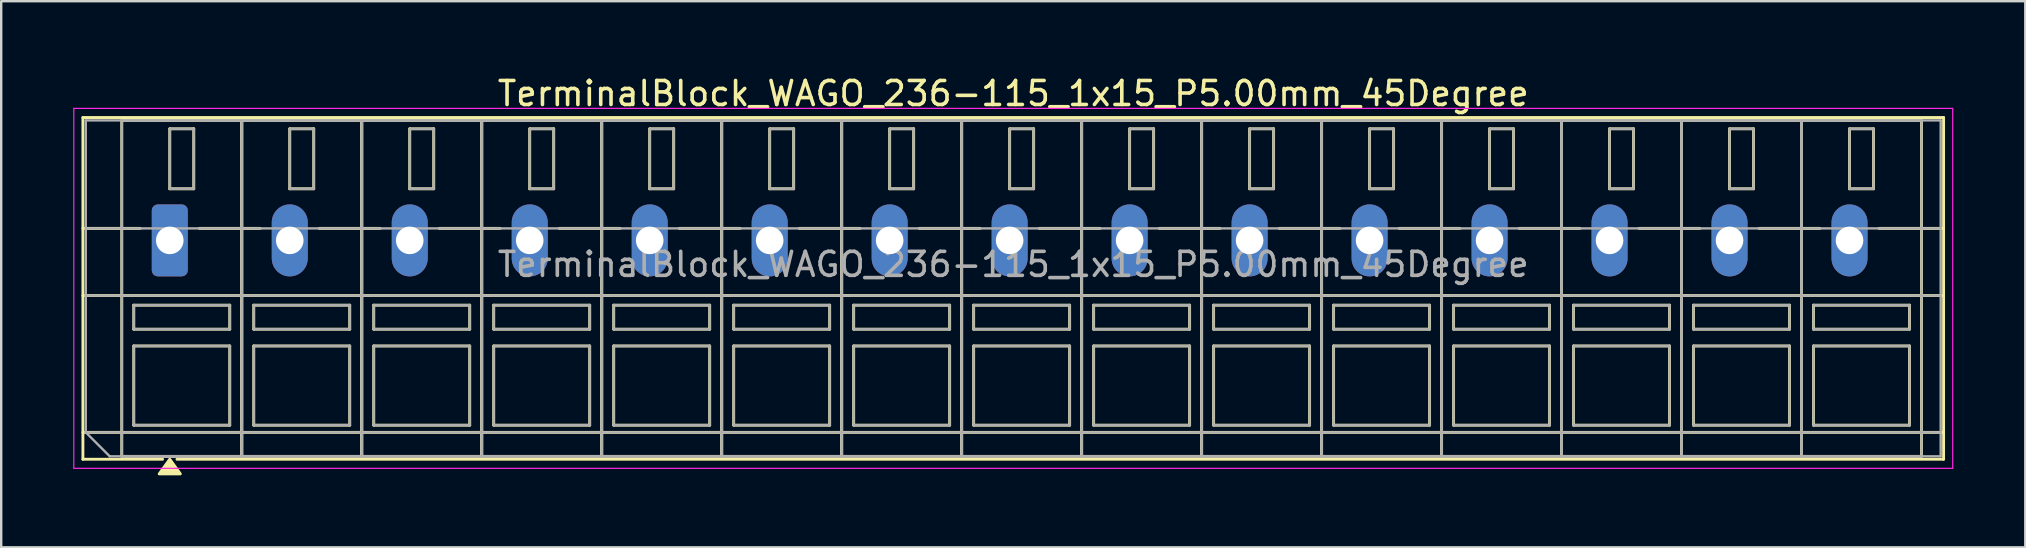
<source format=kicad_pcb>
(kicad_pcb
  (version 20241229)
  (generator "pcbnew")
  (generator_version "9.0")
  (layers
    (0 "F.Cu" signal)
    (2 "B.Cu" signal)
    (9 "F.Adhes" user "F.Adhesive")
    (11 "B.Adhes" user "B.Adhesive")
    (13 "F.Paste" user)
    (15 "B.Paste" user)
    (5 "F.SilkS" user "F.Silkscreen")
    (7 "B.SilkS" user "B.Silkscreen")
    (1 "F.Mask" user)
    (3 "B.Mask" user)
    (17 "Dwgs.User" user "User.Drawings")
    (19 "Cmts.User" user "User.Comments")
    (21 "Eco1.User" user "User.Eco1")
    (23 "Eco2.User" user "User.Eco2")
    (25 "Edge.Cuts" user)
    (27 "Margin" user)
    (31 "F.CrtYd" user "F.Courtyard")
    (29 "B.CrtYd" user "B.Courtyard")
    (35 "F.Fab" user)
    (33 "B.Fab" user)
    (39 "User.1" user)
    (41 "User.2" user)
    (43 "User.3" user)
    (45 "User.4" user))
  (footprint "TerminalBlock_WAGO_236-115_1x15_P5.00mm_45Degree"
    (layer "F.Cu")
    (at 4.025 6.968)
    (property "Reference" "TerminalBlock_WAGO_236-115_1x15_P5.00mm_45Degree" (at 35.15 -6.12 0) (layer "F.SilkS") (effects (font (size 1 1) (thickness 0.15))))
    (attr through_hole)
    (fp_line (start -3.62 -5.12) (end -3.62 9.12) (stroke (width 0.12) (type solid)) (layer "F.SilkS"))
    (fp_line (start -3.62 -5.12) (end 73.92 -5.12) (stroke (width 0.12) (type solid)) (layer "F.SilkS"))
    (fp_line (start -3.62 -0.5) (end -1.23 -0.5) (stroke (width 0.12) (type solid)) (layer "F.SilkS"))
    (fp_line (start -3.62 2.3) (end 73.92 2.3) (stroke (width 0.12) (type solid)) (layer "F.SilkS"))
    (fp_line (start -3.62 8) (end 73.92 8) (stroke (width 0.12) (type solid)) (layer "F.SilkS"))
    (fp_line (start -3.62 9.12) (end -0.3 9.12) (stroke (width 0.12) (type solid)) (layer "F.SilkS"))
    (fp_line (start -2 -5) (end -2 9) (stroke (width 0.12) (type solid)) (layer "F.SilkS"))
    (fp_line (start -2 -5) (end 3 -5) (stroke (width 0.12) (type solid)) (layer "F.SilkS"))
    (fp_line (start -2 9) (end 3 9) (stroke (width 0.12) (type solid)) (layer "F.SilkS"))
    (fp_line (start -1.5 2.7) (end -1.5 3.7) (stroke (width 0.12) (type solid)) (layer "F.SilkS"))
    (fp_line (start -1.5 2.7) (end 2.5 2.7) (stroke (width 0.12) (type solid)) (layer "F.SilkS"))
    (fp_line (start -1.5 3.7) (end 2.5 3.7) (stroke (width 0.12) (type solid)) (layer "F.SilkS"))
    (fp_line (start -1.5 4.4) (end -1.5 7.7) (stroke (width 0.12) (type solid)) (layer "F.SilkS"))
    (fp_line (start -1.5 4.4) (end 2.5 4.4) (stroke (width 0.12) (type solid)) (layer "F.SilkS"))
    (fp_line (start -1.5 7.7) (end 2.5 7.7) (stroke (width 0.12) (type solid)) (layer "F.SilkS"))
    (fp_line (start 0 -4.65) (end 0 -2.15) (stroke (width 0.12) (type solid)) (layer "F.SilkS"))
    (fp_line (start 0 -4.65) (end 1 -4.65) (stroke (width 0.12) (type solid)) (layer "F.SilkS"))
    (fp_line (start 0 -2.15) (end 1 -2.15) (stroke (width 0.12) (type solid)) (layer "F.SilkS"))
    (fp_line (start 0.3 9.12) (end 73.92 9.12) (stroke (width 0.12) (type solid)) (layer "F.SilkS"))
    (fp_line (start 1 -4.65) (end 1 -2.15) (stroke (width 0.12) (type solid)) (layer "F.SilkS"))
    (fp_line (start 1.23 -0.5) (end 3.77 -0.5) (stroke (width 0.12) (type solid)) (layer "F.SilkS"))
    (fp_line (start 2.5 2.7) (end 2.5 3.7) (stroke (width 0.12) (type solid)) (layer "F.SilkS"))
    (fp_line (start 2.5 4.4) (end 2.5 7.7) (stroke (width 0.12) (type solid)) (layer "F.SilkS"))
    (fp_line (start 3 -5) (end 3 9) (stroke (width 0.12) (type solid)) (layer "F.SilkS"))
    (fp_line (start 3 -5) (end 3 9) (stroke (width 0.12) (type solid)) (layer "F.SilkS"))
    (fp_line (start 3 -5) (end 8 -5) (stroke (width 0.12) (type solid)) (layer "F.SilkS"))
    (fp_line (start 3 9) (end 8 9) (stroke (width 0.12) (type solid)) (layer "F.SilkS"))
    (fp_line (start 3.5 2.7) (end 3.5 3.7) (stroke (width 0.12) (type solid)) (layer "F.SilkS"))
    (fp_line (start 3.5 2.7) (end 7.5 2.7) (stroke (width 0.12) (type solid)) (layer "F.SilkS"))
    (fp_line (start 3.5 3.7) (end 7.5 3.7) (stroke (width 0.12) (type solid)) (layer "F.SilkS"))
    (fp_line (start 3.5 4.4) (end 3.5 7.7) (stroke (width 0.12) (type solid)) (layer "F.SilkS"))
    (fp_line (start 3.5 4.4) (end 7.5 4.4) (stroke (width 0.12) (type solid)) (layer "F.SilkS"))
    (fp_line (start 3.5 7.7) (end 7.5 7.7) (stroke (width 0.12) (type solid)) (layer "F.SilkS"))
    (fp_line (start 5 -4.65) (end 5 -2.15) (stroke (width 0.12) (type solid)) (layer "F.SilkS"))
    (fp_line (start 5 -4.65) (end 6 -4.65) (stroke (width 0.12) (type solid)) (layer "F.SilkS"))
    (fp_line (start 5 -2.15) (end 6 -2.15) (stroke (width 0.12) (type solid)) (layer "F.SilkS"))
    (fp_line (start 6 -4.65) (end 6 -2.15) (stroke (width 0.12) (type solid)) (layer "F.SilkS"))
    (fp_line (start 6.23 -0.5) (end 8.77 -0.5) (stroke (width 0.12) (type solid)) (layer "F.SilkS"))
    (fp_line (start 7.5 2.7) (end 7.5 3.7) (stroke (width 0.12) (type solid)) (layer "F.SilkS"))
    (fp_line (start 7.5 4.4) (end 7.5 7.7) (stroke (width 0.12) (type solid)) (layer "F.SilkS"))
    (fp_line (start 8 -5) (end 8 9) (stroke (width 0.12) (type solid)) (layer "F.SilkS"))
    (fp_line (start 8 -5) (end 8 9) (stroke (width 0.12) (type solid)) (layer "F.SilkS"))
    (fp_line (start 8 -5) (end 13 -5) (stroke (width 0.12) (type solid)) (layer "F.SilkS"))
    (fp_line (start 8 9) (end 13 9) (stroke (width 0.12) (type solid)) (layer "F.SilkS"))
    (fp_line (start 8.5 2.7) (end 8.5 3.7) (stroke (width 0.12) (type solid)) (layer "F.SilkS"))
    (fp_line (start 8.5 2.7) (end 12.5 2.7) (stroke (width 0.12) (type solid)) (layer "F.SilkS"))
    (fp_line (start 8.5 3.7) (end 12.5 3.7) (stroke (width 0.12) (type solid)) (layer "F.SilkS"))
    (fp_line (start 8.5 4.4) (end 8.5 7.7) (stroke (width 0.12) (type solid)) (layer "F.SilkS"))
    (fp_line (start 8.5 4.4) (end 12.5 4.4) (stroke (width 0.12) (type solid)) (layer "F.SilkS"))
    (fp_line (start 8.5 7.7) (end 12.5 7.7) (stroke (width 0.12) (type solid)) (layer "F.SilkS"))
    (fp_line (start 10 -4.65) (end 10 -2.15) (stroke (width 0.12) (type solid)) (layer "F.SilkS"))
    (fp_line (start 10 -4.65) (end 11 -4.65) (stroke (width 0.12) (type solid)) (layer "F.SilkS"))
    (fp_line (start 10 -2.15) (end 11 -2.15) (stroke (width 0.12) (type solid)) (layer "F.SilkS"))
    (fp_line (start 11 -4.65) (end 11 -2.15) (stroke (width 0.12) (type solid)) (layer "F.SilkS"))
    (fp_line (start 11.23 -0.5) (end 13.77 -0.5) (stroke (width 0.12) (type solid)) (layer "F.SilkS"))
    (fp_line (start 12.5 2.7) (end 12.5 3.7) (stroke (width 0.12) (type solid)) (layer "F.SilkS"))
    (fp_line (start 12.5 4.4) (end 12.5 7.7) (stroke (width 0.12) (type solid)) (layer "F.SilkS"))
    (fp_line (start 13 -5) (end 13 9) (stroke (width 0.12) (type solid)) (layer "F.SilkS"))
    (fp_line (start 13 -5) (end 13 9) (stroke (width 0.12) (type solid)) (layer "F.SilkS"))
    (fp_line (start 13 -5) (end 18 -5) (stroke (width 0.12) (type solid)) (layer "F.SilkS"))
    (fp_line (start 13 9) (end 18 9) (stroke (width 0.12) (type solid)) (layer "F.SilkS"))
    (fp_line (start 13.5 2.7) (end 13.5 3.7) (stroke (width 0.12) (type solid)) (layer "F.SilkS"))
    (fp_line (start 13.5 2.7) (end 17.5 2.7) (stroke (width 0.12) (type solid)) (layer "F.SilkS"))
    (fp_line (start 13.5 3.7) (end 17.5 3.7) (stroke (width 0.12) (type solid)) (layer "F.SilkS"))
    (fp_line (start 13.5 4.4) (end 13.5 7.7) (stroke (width 0.12) (type solid)) (layer "F.SilkS"))
    (fp_line (start 13.5 4.4) (end 17.5 4.4) (stroke (width 0.12) (type solid)) (layer "F.SilkS"))
    (fp_line (start 13.5 7.7) (end 17.5 7.7) (stroke (width 0.12) (type solid)) (layer "F.SilkS"))
    (fp_line (start 15 -4.65) (end 15 -2.15) (stroke (width 0.12) (type solid)) (layer "F.SilkS"))
    (fp_line (start 15 -4.65) (end 16 -4.65) (stroke (width 0.12) (type solid)) (layer "F.SilkS"))
    (fp_line (start 15 -2.15) (end 16 -2.15) (stroke (width 0.12) (type solid)) (layer "F.SilkS"))
    (fp_line (start 16 -4.65) (end 16 -2.15) (stroke (width 0.12) (type solid)) (layer "F.SilkS"))
    (fp_line (start 16.23 -0.5) (end 18.77 -0.5) (stroke (width 0.12) (type solid)) (layer "F.SilkS"))
    (fp_line (start 17.5 2.7) (end 17.5 3.7) (stroke (width 0.12) (type solid)) (layer "F.SilkS"))
    (fp_line (start 17.5 4.4) (end 17.5 7.7) (stroke (width 0.12) (type solid)) (layer "F.SilkS"))
    (fp_line (start 18 -5) (end 18 9) (stroke (width 0.12) (type solid)) (layer "F.SilkS"))
    (fp_line (start 18 -5) (end 18 9) (stroke (width 0.12) (type solid)) (layer "F.SilkS"))
    (fp_line (start 18 -5) (end 23 -5) (stroke (width 0.12) (type solid)) (layer "F.SilkS"))
    (fp_line (start 18 9) (end 23 9) (stroke (width 0.12) (type solid)) (layer "F.SilkS"))
    (fp_line (start 18.5 2.7) (end 18.5 3.7) (stroke (width 0.12) (type solid)) (layer "F.SilkS"))
    (fp_line (start 18.5 2.7) (end 22.5 2.7) (stroke (width 0.12) (type solid)) (layer "F.SilkS"))
    (fp_line (start 18.5 3.7) (end 22.5 3.7) (stroke (width 0.12) (type solid)) (layer "F.SilkS"))
    (fp_line (start 18.5 4.4) (end 18.5 7.7) (stroke (width 0.12) (type solid)) (layer "F.SilkS"))
    (fp_line (start 18.5 4.4) (end 22.5 4.4) (stroke (width 0.12) (type solid)) (layer "F.SilkS"))
    (fp_line (start 18.5 7.7) (end 22.5 7.7) (stroke (width 0.12) (type solid)) (layer "F.SilkS"))
    (fp_line (start 20 -4.65) (end 20 -2.15) (stroke (width 0.12) (type solid)) (layer "F.SilkS"))
    (fp_line (start 20 -4.65) (end 21 -4.65) (stroke (width 0.12) (type solid)) (layer "F.SilkS"))
    (fp_line (start 20 -2.15) (end 21 -2.15) (stroke (width 0.12) (type solid)) (layer "F.SilkS"))
    (fp_line (start 21 -4.65) (end 21 -2.15) (stroke (width 0.12) (type solid)) (layer "F.SilkS"))
    (fp_line (start 21.23 -0.5) (end 23.77 -0.5) (stroke (width 0.12) (type solid)) (layer "F.SilkS"))
    (fp_line (start 22.5 2.7) (end 22.5 3.7) (stroke (width 0.12) (type solid)) (layer "F.SilkS"))
    (fp_line (start 22.5 4.4) (end 22.5 7.7) (stroke (width 0.12) (type solid)) (layer "F.SilkS"))
    (fp_line (start 23 -5) (end 23 9) (stroke (width 0.12) (type solid)) (layer "F.SilkS"))
    (fp_line (start 23 -5) (end 23 9) (stroke (width 0.12) (type solid)) (layer "F.SilkS"))
    (fp_line (start 23 -5) (end 28 -5) (stroke (width 0.12) (type solid)) (layer "F.SilkS"))
    (fp_line (start 23 9) (end 28 9) (stroke (width 0.12) (type solid)) (layer "F.SilkS"))
    (fp_line (start 23.5 2.7) (end 23.5 3.7) (stroke (width 0.12) (type solid)) (layer "F.SilkS"))
    (fp_line (start 23.5 2.7) (end 27.5 2.7) (stroke (width 0.12) (type solid)) (layer "F.SilkS"))
    (fp_line (start 23.5 3.7) (end 27.5 3.7) (stroke (width 0.12) (type solid)) (layer "F.SilkS"))
    (fp_line (start 23.5 4.4) (end 23.5 7.7) (stroke (width 0.12) (type solid)) (layer "F.SilkS"))
    (fp_line (start 23.5 4.4) (end 27.5 4.4) (stroke (width 0.12) (type solid)) (layer "F.SilkS"))
    (fp_line (start 23.5 7.7) (end 27.5 7.7) (stroke (width 0.12) (type solid)) (layer "F.SilkS"))
    (fp_line (start 25 -4.65) (end 25 -2.15) (stroke (width 0.12) (type solid)) (layer "F.SilkS"))
    (fp_line (start 25 -4.65) (end 26 -4.65) (stroke (width 0.12) (type solid)) (layer "F.SilkS"))
    (fp_line (start 25 -2.15) (end 26 -2.15) (stroke (width 0.12) (type solid)) (layer "F.SilkS"))
    (fp_line (start 26 -4.65) (end 26 -2.15) (stroke (width 0.12) (type solid)) (layer "F.SilkS"))
    (fp_line (start 26.23 -0.5) (end 28.77 -0.5) (stroke (width 0.12) (type solid)) (layer "F.SilkS"))
    (fp_line (start 27.5 2.7) (end 27.5 3.7) (stroke (width 0.12) (type solid)) (layer "F.SilkS"))
    (fp_line (start 27.5 4.4) (end 27.5 7.7) (stroke (width 0.12) (type solid)) (layer "F.SilkS"))
    (fp_line (start 28 -5) (end 28 9) (stroke (width 0.12) (type solid)) (layer "F.SilkS"))
    (fp_line (start 28 -5) (end 28 9) (stroke (width 0.12) (type solid)) (layer "F.SilkS"))
    (fp_line (start 28 -5) (end 33 -5) (stroke (width 0.12) (type solid)) (layer "F.SilkS"))
    (fp_line (start 28 9) (end 33 9) (stroke (width 0.12) (type solid)) (layer "F.SilkS"))
    (fp_line (start 28.5 2.7) (end 28.5 3.7) (stroke (width 0.12) (type solid)) (layer "F.SilkS"))
    (fp_line (start 28.5 2.7) (end 32.5 2.7) (stroke (width 0.12) (type solid)) (layer "F.SilkS"))
    (fp_line (start 28.5 3.7) (end 32.5 3.7) (stroke (width 0.12) (type solid)) (layer "F.SilkS"))
    (fp_line (start 28.5 4.4) (end 28.5 7.7) (stroke (width 0.12) (type solid)) (layer "F.SilkS"))
    (fp_line (start 28.5 4.4) (end 32.5 4.4) (stroke (width 0.12) (type solid)) (layer "F.SilkS"))
    (fp_line (start 28.5 7.7) (end 32.5 7.7) (stroke (width 0.12) (type solid)) (layer "F.SilkS"))
    (fp_line (start 30 -4.65) (end 30 -2.15) (stroke (width 0.12) (type solid)) (layer "F.SilkS"))
    (fp_line (start 30 -4.65) (end 31 -4.65) (stroke (width 0.12) (type solid)) (layer "F.SilkS"))
    (fp_line (start 30 -2.15) (end 31 -2.15) (stroke (width 0.12) (type solid)) (layer "F.SilkS"))
    (fp_line (start 31 -4.65) (end 31 -2.15) (stroke (width 0.12) (type solid)) (layer "F.SilkS"))
    (fp_line (start 31.23 -0.5) (end 33.77 -0.5) (stroke (width 0.12) (type solid)) (layer "F.SilkS"))
    (fp_line (start 32.5 2.7) (end 32.5 3.7) (stroke (width 0.12) (type solid)) (layer "F.SilkS"))
    (fp_line (start 32.5 4.4) (end 32.5 7.7) (stroke (width 0.12) (type solid)) (layer "F.SilkS"))
    (fp_line (start 33 -5) (end 33 9) (stroke (width 0.12) (type solid)) (layer "F.SilkS"))
    (fp_line (start 33 -5) (end 33 9) (stroke (width 0.12) (type solid)) (layer "F.SilkS"))
    (fp_line (start 33 -5) (end 38 -5) (stroke (width 0.12) (type solid)) (layer "F.SilkS"))
    (fp_line (start 33 9) (end 38 9) (stroke (width 0.12) (type solid)) (layer "F.SilkS"))
    (fp_line (start 33.5 2.7) (end 33.5 3.7) (stroke (width 0.12) (type solid)) (layer "F.SilkS"))
    (fp_line (start 33.5 2.7) (end 37.5 2.7) (stroke (width 0.12) (type solid)) (layer "F.SilkS"))
    (fp_line (start 33.5 3.7) (end 37.5 3.7) (stroke (width 0.12) (type solid)) (layer "F.SilkS"))
    (fp_line (start 33.5 4.4) (end 33.5 7.7) (stroke (width 0.12) (type solid)) (layer "F.SilkS"))
    (fp_line (start 33.5 4.4) (end 37.5 4.4) (stroke (width 0.12) (type solid)) (layer "F.SilkS"))
    (fp_line (start 33.5 7.7) (end 37.5 7.7) (stroke (width 0.12) (type solid)) (layer "F.SilkS"))
    (fp_line (start 35 -4.65) (end 35 -2.15) (stroke (width 0.12) (type solid)) (layer "F.SilkS"))
    (fp_line (start 35 -4.65) (end 36 -4.65) (stroke (width 0.12) (type solid)) (layer "F.SilkS"))
    (fp_line (start 35 -2.15) (end 36 -2.15) (stroke (width 0.12) (type solid)) (layer "F.SilkS"))
    (fp_line (start 36 -4.65) (end 36 -2.15) (stroke (width 0.12) (type solid)) (layer "F.SilkS"))
    (fp_line (start 36.23 -0.5) (end 38.77 -0.5) (stroke (width 0.12) (type solid)) (layer "F.SilkS"))
    (fp_line (start 37.5 2.7) (end 37.5 3.7) (stroke (width 0.12) (type solid)) (layer "F.SilkS"))
    (fp_line (start 37.5 4.4) (end 37.5 7.7) (stroke (width 0.12) (type solid)) (layer "F.SilkS"))
    (fp_line (start 38 -5) (end 38 9) (stroke (width 0.12) (type solid)) (layer "F.SilkS"))
    (fp_line (start 38 -5) (end 38 9) (stroke (width 0.12) (type solid)) (layer "F.SilkS"))
    (fp_line (start 38 -5) (end 43 -5) (stroke (width 0.12) (type solid)) (layer "F.SilkS"))
    (fp_line (start 38 9) (end 43 9) (stroke (width 0.12) (type solid)) (layer "F.SilkS"))
    (fp_line (start 38.5 2.7) (end 38.5 3.7) (stroke (width 0.12) (type solid)) (layer "F.SilkS"))
    (fp_line (start 38.5 2.7) (end 42.5 2.7) (stroke (width 0.12) (type solid)) (layer "F.SilkS"))
    (fp_line (start 38.5 3.7) (end 42.5 3.7) (stroke (width 0.12) (type solid)) (layer "F.SilkS"))
    (fp_line (start 38.5 4.4) (end 38.5 7.7) (stroke (width 0.12) (type solid)) (layer "F.SilkS"))
    (fp_line (start 38.5 4.4) (end 42.5 4.4) (stroke (width 0.12) (type solid)) (layer "F.SilkS"))
    (fp_line (start 38.5 7.7) (end 42.5 7.7) (stroke (width 0.12) (type solid)) (layer "F.SilkS"))
    (fp_line (start 40 -4.65) (end 40 -2.15) (stroke (width 0.12) (type solid)) (layer "F.SilkS"))
    (fp_line (start 40 -4.65) (end 41 -4.65) (stroke (width 0.12) (type solid)) (layer "F.SilkS"))
    (fp_line (start 40 -2.15) (end 41 -2.15) (stroke (width 0.12) (type solid)) (layer "F.SilkS"))
    (fp_line (start 41 -4.65) (end 41 -2.15) (stroke (width 0.12) (type solid)) (layer "F.SilkS"))
    (fp_line (start 41.23 -0.5) (end 43.77 -0.5) (stroke (width 0.12) (type solid)) (layer "F.SilkS"))
    (fp_line (start 42.5 2.7) (end 42.5 3.7) (stroke (width 0.12) (type solid)) (layer "F.SilkS"))
    (fp_line (start 42.5 4.4) (end 42.5 7.7) (stroke (width 0.12) (type solid)) (layer "F.SilkS"))
    (fp_line (start 43 -5) (end 43 9) (stroke (width 0.12) (type solid)) (layer "F.SilkS"))
    (fp_line (start 43 -5) (end 43 9) (stroke (width 0.12) (type solid)) (layer "F.SilkS"))
    (fp_line (start 43 -5) (end 48 -5) (stroke (width 0.12) (type solid)) (layer "F.SilkS"))
    (fp_line (start 43 9) (end 48 9) (stroke (width 0.12) (type solid)) (layer "F.SilkS"))
    (fp_line (start 43.5 2.7) (end 43.5 3.7) (stroke (width 0.12) (type solid)) (layer "F.SilkS"))
    (fp_line (start 43.5 2.7) (end 47.5 2.7) (stroke (width 0.12) (type solid)) (layer "F.SilkS"))
    (fp_line (start 43.5 3.7) (end 47.5 3.7) (stroke (width 0.12) (type solid)) (layer "F.SilkS"))
    (fp_line (start 43.5 4.4) (end 43.5 7.7) (stroke (width 0.12) (type solid)) (layer "F.SilkS"))
    (fp_line (start 43.5 4.4) (end 47.5 4.4) (stroke (width 0.12) (type solid)) (layer "F.SilkS"))
    (fp_line (start 43.5 7.7) (end 47.5 7.7) (stroke (width 0.12) (type solid)) (layer "F.SilkS"))
    (fp_line (start 45 -4.65) (end 45 -2.15) (stroke (width 0.12) (type solid)) (layer "F.SilkS"))
    (fp_line (start 45 -4.65) (end 46 -4.65) (stroke (width 0.12) (type solid)) (layer "F.SilkS"))
    (fp_line (start 45 -2.15) (end 46 -2.15) (stroke (width 0.12) (type solid)) (layer "F.SilkS"))
    (fp_line (start 46 -4.65) (end 46 -2.15) (stroke (width 0.12) (type solid)) (layer "F.SilkS"))
    (fp_line (start 46.23 -0.5) (end 48.77 -0.5) (stroke (width 0.12) (type solid)) (layer "F.SilkS"))
    (fp_line (start 47.5 2.7) (end 47.5 3.7) (stroke (width 0.12) (type solid)) (layer "F.SilkS"))
    (fp_line (start 47.5 4.4) (end 47.5 7.7) (stroke (width 0.12) (type solid)) (layer "F.SilkS"))
    (fp_line (start 48 -5) (end 48 9) (stroke (width 0.12) (type solid)) (layer "F.SilkS"))
    (fp_line (start 48 -5) (end 48 9) (stroke (width 0.12) (type solid)) (layer "F.SilkS"))
    (fp_line (start 48 -5) (end 53 -5) (stroke (width 0.12) (type solid)) (layer "F.SilkS"))
    (fp_line (start 48 9) (end 53 9) (stroke (width 0.12) (type solid)) (layer "F.SilkS"))
    (fp_line (start 48.5 2.7) (end 48.5 3.7) (stroke (width 0.12) (type solid)) (layer "F.SilkS"))
    (fp_line (start 48.5 2.7) (end 52.5 2.7) (stroke (width 0.12) (type solid)) (layer "F.SilkS"))
    (fp_line (start 48.5 3.7) (end 52.5 3.7) (stroke (width 0.12) (type solid)) (layer "F.SilkS"))
    (fp_line (start 48.5 4.4) (end 48.5 7.7) (stroke (width 0.12) (type solid)) (layer "F.SilkS"))
    (fp_line (start 48.5 4.4) (end 52.5 4.4) (stroke (width 0.12) (type solid)) (layer "F.SilkS"))
    (fp_line (start 48.5 7.7) (end 52.5 7.7) (stroke (width 0.12) (type solid)) (layer "F.SilkS"))
    (fp_line (start 50 -4.65) (end 50 -2.15) (stroke (width 0.12) (type solid)) (layer "F.SilkS"))
    (fp_line (start 50 -4.65) (end 51 -4.65) (stroke (width 0.12) (type solid)) (layer "F.SilkS"))
    (fp_line (start 50 -2.15) (end 51 -2.15) (stroke (width 0.12) (type solid)) (layer "F.SilkS"))
    (fp_line (start 51 -4.65) (end 51 -2.15) (stroke (width 0.12) (type solid)) (layer "F.SilkS"))
    (fp_line (start 51.23 -0.5) (end 53.77 -0.5) (stroke (width 0.12) (type solid)) (layer "F.SilkS"))
    (fp_line (start 52.5 2.7) (end 52.5 3.7) (stroke (width 0.12) (type solid)) (layer "F.SilkS"))
    (fp_line (start 52.5 4.4) (end 52.5 7.7) (stroke (width 0.12) (type solid)) (layer "F.SilkS"))
    (fp_line (start 53 -5) (end 53 9) (stroke (width 0.12) (type solid)) (layer "F.SilkS"))
    (fp_line (start 53 -5) (end 53 9) (stroke (width 0.12) (type solid)) (layer "F.SilkS"))
    (fp_line (start 53 -5) (end 58 -5) (stroke (width 0.12) (type solid)) (layer "F.SilkS"))
    (fp_line (start 53 9) (end 58 9) (stroke (width 0.12) (type solid)) (layer "F.SilkS"))
    (fp_line (start 53.5 2.7) (end 53.5 3.7) (stroke (width 0.12) (type solid)) (layer "F.SilkS"))
    (fp_line (start 53.5 2.7) (end 57.5 2.7) (stroke (width 0.12) (type solid)) (layer "F.SilkS"))
    (fp_line (start 53.5 3.7) (end 57.5 3.7) (stroke (width 0.12) (type solid)) (layer "F.SilkS"))
    (fp_line (start 53.5 4.4) (end 53.5 7.7) (stroke (width 0.12) (type solid)) (layer "F.SilkS"))
    (fp_line (start 53.5 4.4) (end 57.5 4.4) (stroke (width 0.12) (type solid)) (layer "F.SilkS"))
    (fp_line (start 53.5 7.7) (end 57.5 7.7) (stroke (width 0.12) (type solid)) (layer "F.SilkS"))
    (fp_line (start 55 -4.65) (end 55 -2.15) (stroke (width 0.12) (type solid)) (layer "F.SilkS"))
    (fp_line (start 55 -4.65) (end 56 -4.65) (stroke (width 0.12) (type solid)) (layer "F.SilkS"))
    (fp_line (start 55 -2.15) (end 56 -2.15) (stroke (width 0.12) (type solid)) (layer "F.SilkS"))
    (fp_line (start 56 -4.65) (end 56 -2.15) (stroke (width 0.12) (type solid)) (layer "F.SilkS"))
    (fp_line (start 56.23 -0.5) (end 58.77 -0.5) (stroke (width 0.12) (type solid)) (layer "F.SilkS"))
    (fp_line (start 57.5 2.7) (end 57.5 3.7) (stroke (width 0.12) (type solid)) (layer "F.SilkS"))
    (fp_line (start 57.5 4.4) (end 57.5 7.7) (stroke (width 0.12) (type solid)) (layer "F.SilkS"))
    (fp_line (start 58 -5) (end 58 9) (stroke (width 0.12) (type solid)) (layer "F.SilkS"))
    (fp_line (start 58 -5) (end 58 9) (stroke (width 0.12) (type solid)) (layer "F.SilkS"))
    (fp_line (start 58 -5) (end 63 -5) (stroke (width 0.12) (type solid)) (layer "F.SilkS"))
    (fp_line (start 58 9) (end 63 9) (stroke (width 0.12) (type solid)) (layer "F.SilkS"))
    (fp_line (start 58.5 2.7) (end 58.5 3.7) (stroke (width 0.12) (type solid)) (layer "F.SilkS"))
    (fp_line (start 58.5 2.7) (end 62.5 2.7) (stroke (width 0.12) (type solid)) (layer "F.SilkS"))
    (fp_line (start 58.5 3.7) (end 62.5 3.7) (stroke (width 0.12) (type solid)) (layer "F.SilkS"))
    (fp_line (start 58.5 4.4) (end 58.5 7.7) (stroke (width 0.12) (type solid)) (layer "F.SilkS"))
    (fp_line (start 58.5 4.4) (end 62.5 4.4) (stroke (width 0.12) (type solid)) (layer "F.SilkS"))
    (fp_line (start 58.5 7.7) (end 62.5 7.7) (stroke (width 0.12) (type solid)) (layer "F.SilkS"))
    (fp_line (start 60 -4.65) (end 60 -2.15) (stroke (width 0.12) (type solid)) (layer "F.SilkS"))
    (fp_line (start 60 -4.65) (end 61 -4.65) (stroke (width 0.12) (type solid)) (layer "F.SilkS"))
    (fp_line (start 60 -2.15) (end 61 -2.15) (stroke (width 0.12) (type solid)) (layer "F.SilkS"))
    (fp_line (start 61 -4.65) (end 61 -2.15) (stroke (width 0.12) (type solid)) (layer "F.SilkS"))
    (fp_line (start 61.23 -0.5) (end 63.77 -0.5) (stroke (width 0.12) (type solid)) (layer "F.SilkS"))
    (fp_line (start 62.5 2.7) (end 62.5 3.7) (stroke (width 0.12) (type solid)) (layer "F.SilkS"))
    (fp_line (start 62.5 4.4) (end 62.5 7.7) (stroke (width 0.12) (type solid)) (layer "F.SilkS"))
    (fp_line (start 63 -5) (end 63 9) (stroke (width 0.12) (type solid)) (layer "F.SilkS"))
    (fp_line (start 63 -5) (end 63 9) (stroke (width 0.12) (type solid)) (layer "F.SilkS"))
    (fp_line (start 63 -5) (end 68 -5) (stroke (width 0.12) (type solid)) (layer "F.SilkS"))
    (fp_line (start 63 9) (end 68 9) (stroke (width 0.12) (type solid)) (layer "F.SilkS"))
    (fp_line (start 63.5 2.7) (end 63.5 3.7) (stroke (width 0.12) (type solid)) (layer "F.SilkS"))
    (fp_line (start 63.5 2.7) (end 67.5 2.7) (stroke (width 0.12) (type solid)) (layer "F.SilkS"))
    (fp_line (start 63.5 3.7) (end 67.5 3.7) (stroke (width 0.12) (type solid)) (layer "F.SilkS"))
    (fp_line (start 63.5 4.4) (end 63.5 7.7) (stroke (width 0.12) (type solid)) (layer "F.SilkS"))
    (fp_line (start 63.5 4.4) (end 67.5 4.4) (stroke (width 0.12) (type solid)) (layer "F.SilkS"))
    (fp_line (start 63.5 7.7) (end 67.5 7.7) (stroke (width 0.12) (type solid)) (layer "F.SilkS"))
    (fp_line (start 65 -4.65) (end 65 -2.15) (stroke (width 0.12) (type solid)) (layer "F.SilkS"))
    (fp_line (start 65 -4.65) (end 66 -4.65) (stroke (width 0.12) (type solid)) (layer "F.SilkS"))
    (fp_line (start 65 -2.15) (end 66 -2.15) (stroke (width 0.12) (type solid)) (layer "F.SilkS"))
    (fp_line (start 66 -4.65) (end 66 -2.15) (stroke (width 0.12) (type solid)) (layer "F.SilkS"))
    (fp_line (start 66.23 -0.5) (end 68.77 -0.5) (stroke (width 0.12) (type solid)) (layer "F.SilkS"))
    (fp_line (start 67.5 2.7) (end 67.5 3.7) (stroke (width 0.12) (type solid)) (layer "F.SilkS"))
    (fp_line (start 67.5 4.4) (end 67.5 7.7) (stroke (width 0.12) (type solid)) (layer "F.SilkS"))
    (fp_line (start 68 -5) (end 68 9) (stroke (width 0.12) (type solid)) (layer "F.SilkS"))
    (fp_line (start 68 -5) (end 68 9) (stroke (width 0.12) (type solid)) (layer "F.SilkS"))
    (fp_line (start 68 -5) (end 73 -5) (stroke (width 0.12) (type solid)) (layer "F.SilkS"))
    (fp_line (start 68 9) (end 73 9) (stroke (width 0.12) (type solid)) (layer "F.SilkS"))
    (fp_line (start 68.5 2.7) (end 68.5 3.7) (stroke (width 0.12) (type solid)) (layer "F.SilkS"))
    (fp_line (start 68.5 2.7) (end 72.5 2.7) (stroke (width 0.12) (type solid)) (layer "F.SilkS"))
    (fp_line (start 68.5 3.7) (end 72.5 3.7) (stroke (width 0.12) (type solid)) (layer "F.SilkS"))
    (fp_line (start 68.5 4.4) (end 68.5 7.7) (stroke (width 0.12) (type solid)) (layer "F.SilkS"))
    (fp_line (start 68.5 4.4) (end 72.5 4.4) (stroke (width 0.12) (type solid)) (layer "F.SilkS"))
    (fp_line (start 68.5 7.7) (end 72.5 7.7) (stroke (width 0.12) (type solid)) (layer "F.SilkS"))
    (fp_line (start 70 -4.65) (end 70 -2.15) (stroke (width 0.12) (type solid)) (layer "F.SilkS"))
    (fp_line (start 70 -4.65) (end 71 -4.65) (stroke (width 0.12) (type solid)) (layer "F.SilkS"))
    (fp_line (start 70 -2.15) (end 71 -2.15) (stroke (width 0.12) (type solid)) (layer "F.SilkS"))
    (fp_line (start 71 -4.65) (end 71 -2.15) (stroke (width 0.12) (type solid)) (layer "F.SilkS"))
    (fp_line (start 71.23 -0.5) (end 73.92 -0.5) (stroke (width 0.12) (type solid)) (layer "F.SilkS"))
    (fp_line (start 72.5 2.7) (end 72.5 3.7) (stroke (width 0.12) (type solid)) (layer "F.SilkS"))
    (fp_line (start 72.5 4.4) (end 72.5 7.7) (stroke (width 0.12) (type solid)) (layer "F.SilkS"))
    (fp_line (start 73 -5) (end 73 9) (stroke (width 0.12) (type solid)) (layer "F.SilkS"))
    (fp_line (start 73.92 -5.12) (end 73.92 9.12) (stroke (width 0.12) (type solid)) (layer "F.SilkS"))
    (fp_poly (pts (xy 0 9.12) (xy 0.44 9.73) (xy -0.44 9.73)) (stroke (width 0.12) (type solid)) (fill yes) (layer "F.SilkS"))
    (fp_line (start -4 -5.5) (end -4 9.5) (stroke (width 0.05) (type solid)) (layer "F.CrtYd"))
    (fp_line (start -4 9.5) (end 74.3 9.5) (stroke (width 0.05) (type solid)) (layer "F.CrtYd"))
    (fp_line (start 74.3 -5.5) (end -4 -5.5) (stroke (width 0.05) (type solid)) (layer "F.CrtYd"))
    (fp_line (start 74.3 9.5) (end 74.3 -5.5) (stroke (width 0.05) (type solid)) (layer "F.CrtYd"))
    (fp_line (start -3.5 -5) (end 73.8 -5) (stroke (width 0.1) (type solid)) (layer "F.Fab"))
    (fp_line (start -3.5 -0.5) (end 73.8 -0.5) (stroke (width 0.1) (type solid)) (layer "F.Fab"))
    (fp_line (start -3.5 2.3) (end 73.8 2.3) (stroke (width 0.1) (type solid)) (layer "F.Fab"))
    (fp_line (start -3.5 8) (end -3.5 -5) (stroke (width 0.1) (type solid)) (layer "F.Fab"))
    (fp_line (start -3.5 8) (end 73.8 8) (stroke (width 0.1) (type solid)) (layer "F.Fab"))
    (fp_line (start -2.5 9) (end -3.5 8) (stroke (width 0.1) (type solid)) (layer "F.Fab"))
    (fp_line (start -2 -5) (end -2 9) (stroke (width 0.1) (type solid)) (layer "F.Fab"))
    (fp_line (start -2 9) (end 3 9) (stroke (width 0.1) (type solid)) (layer "F.Fab"))
    (fp_line (start -1.5 2.7) (end -1.5 3.7) (stroke (width 0.1) (type solid)) (layer "F.Fab"))
    (fp_line (start -1.5 3.7) (end 2.5 3.7) (stroke (width 0.1) (type solid)) (layer "F.Fab"))
    (fp_line (start -1.5 4.4) (end -1.5 7.7) (stroke (width 0.1) (type solid)) (layer "F.Fab"))
    (fp_line (start -1.5 7.7) (end 2.5 7.7) (stroke (width 0.1) (type solid)) (layer "F.Fab"))
    (fp_line (start 0 -4.65) (end 0 -2.15) (stroke (width 0.1) (type solid)) (layer "F.Fab"))
    (fp_line (start 0 -2.15) (end 1 -2.15) (stroke (width 0.1) (type solid)) (layer "F.Fab"))
    (fp_line (start 1 -4.65) (end 0 -4.65) (stroke (width 0.1) (type solid)) (layer "F.Fab"))
    (fp_line (start 1 -2.15) (end 1 -4.65) (stroke (width 0.1) (type solid)) (layer "F.Fab"))
    (fp_line (start 2.5 2.7) (end -1.5 2.7) (stroke (width 0.1) (type solid)) (layer "F.Fab"))
    (fp_line (start 2.5 3.7) (end 2.5 2.7) (stroke (width 0.1) (type solid)) (layer "F.Fab"))
    (fp_line (start 2.5 4.4) (end -1.5 4.4) (stroke (width 0.1) (type solid)) (layer "F.Fab"))
    (fp_line (start 2.5 7.7) (end 2.5 4.4) (stroke (width 0.1) (type solid)) (layer "F.Fab"))
    (fp_line (start 3 -5) (end -2 -5) (stroke (width 0.1) (type solid)) (layer "F.Fab"))
    (fp_line (start 3 -5) (end 3 9) (stroke (width 0.1) (type solid)) (layer "F.Fab"))
    (fp_line (start 3 9) (end 3 -5) (stroke (width 0.1) (type solid)) (layer "F.Fab"))
    (fp_line (start 3 9) (end 8 9) (stroke (width 0.1) (type solid)) (layer "F.Fab"))
    (fp_line (start 3.5 2.7) (end 3.5 3.7) (stroke (width 0.1) (type solid)) (layer "F.Fab"))
    (fp_line (start 3.5 3.7) (end 7.5 3.7) (stroke (width 0.1) (type solid)) (layer "F.Fab"))
    (fp_line (start 3.5 4.4) (end 3.5 7.7) (stroke (width 0.1) (type solid)) (layer "F.Fab"))
    (fp_line (start 3.5 7.7) (end 7.5 7.7) (stroke (width 0.1) (type solid)) (layer "F.Fab"))
    (fp_line (start 5 -4.65) (end 5 -2.15) (stroke (width 0.1) (type solid)) (layer "F.Fab"))
    (fp_line (start 5 -2.15) (end 6 -2.15) (stroke (width 0.1) (type solid)) (layer "F.Fab"))
    (fp_line (start 6 -4.65) (end 5 -4.65) (stroke (width 0.1) (type solid)) (layer "F.Fab"))
    (fp_line (start 6 -2.15) (end 6 -4.65) (stroke (width 0.1) (type solid)) (layer "F.Fab"))
    (fp_line (start 7.5 2.7) (end 3.5 2.7) (stroke (width 0.1) (type solid)) (layer "F.Fab"))
    (fp_line (start 7.5 3.7) (end 7.5 2.7) (stroke (width 0.1) (type solid)) (layer "F.Fab"))
    (fp_line (start 7.5 4.4) (end 3.5 4.4) (stroke (width 0.1) (type solid)) (layer "F.Fab"))
    (fp_line (start 7.5 7.7) (end 7.5 4.4) (stroke (width 0.1) (type solid)) (layer "F.Fab"))
    (fp_line (start 8 -5) (end 3 -5) (stroke (width 0.1) (type solid)) (layer "F.Fab"))
    (fp_line (start 8 -5) (end 8 9) (stroke (width 0.1) (type solid)) (layer "F.Fab"))
    (fp_line (start 8 9) (end 8 -5) (stroke (width 0.1) (type solid)) (layer "F.Fab"))
    (fp_line (start 8 9) (end 13 9) (stroke (width 0.1) (type solid)) (layer "F.Fab"))
    (fp_line (start 8.5 2.7) (end 8.5 3.7) (stroke (width 0.1) (type solid)) (layer "F.Fab"))
    (fp_line (start 8.5 3.7) (end 12.5 3.7) (stroke (width 0.1) (type solid)) (layer "F.Fab"))
    (fp_line (start 8.5 4.4) (end 8.5 7.7) (stroke (width 0.1) (type solid)) (layer "F.Fab"))
    (fp_line (start 8.5 7.7) (end 12.5 7.7) (stroke (width 0.1) (type solid)) (layer "F.Fab"))
    (fp_line (start 10 -4.65) (end 10 -2.15) (stroke (width 0.1) (type solid)) (layer "F.Fab"))
    (fp_line (start 10 -2.15) (end 11 -2.15) (stroke (width 0.1) (type solid)) (layer "F.Fab"))
    (fp_line (start 11 -4.65) (end 10 -4.65) (stroke (width 0.1) (type solid)) (layer "F.Fab"))
    (fp_line (start 11 -2.15) (end 11 -4.65) (stroke (width 0.1) (type solid)) (layer "F.Fab"))
    (fp_line (start 12.5 2.7) (end 8.5 2.7) (stroke (width 0.1) (type solid)) (layer "F.Fab"))
    (fp_line (start 12.5 3.7) (end 12.5 2.7) (stroke (width 0.1) (type solid)) (layer "F.Fab"))
    (fp_line (start 12.5 4.4) (end 8.5 4.4) (stroke (width 0.1) (type solid)) (layer "F.Fab"))
    (fp_line (start 12.5 7.7) (end 12.5 4.4) (stroke (width 0.1) (type solid)) (layer "F.Fab"))
    (fp_line (start 13 -5) (end 8 -5) (stroke (width 0.1) (type solid)) (layer "F.Fab"))
    (fp_line (start 13 -5) (end 13 9) (stroke (width 0.1) (type solid)) (layer "F.Fab"))
    (fp_line (start 13 9) (end 13 -5) (stroke (width 0.1) (type solid)) (layer "F.Fab"))
    (fp_line (start 13 9) (end 18 9) (stroke (width 0.1) (type solid)) (layer "F.Fab"))
    (fp_line (start 13.5 2.7) (end 13.5 3.7) (stroke (width 0.1) (type solid)) (layer "F.Fab"))
    (fp_line (start 13.5 3.7) (end 17.5 3.7) (stroke (width 0.1) (type solid)) (layer "F.Fab"))
    (fp_line (start 13.5 4.4) (end 13.5 7.7) (stroke (width 0.1) (type solid)) (layer "F.Fab"))
    (fp_line (start 13.5 7.7) (end 17.5 7.7) (stroke (width 0.1) (type solid)) (layer "F.Fab"))
    (fp_line (start 15 -4.65) (end 15 -2.15) (stroke (width 0.1) (type solid)) (layer "F.Fab"))
    (fp_line (start 15 -2.15) (end 16 -2.15) (stroke (width 0.1) (type solid)) (layer "F.Fab"))
    (fp_line (start 16 -4.65) (end 15 -4.65) (stroke (width 0.1) (type solid)) (layer "F.Fab"))
    (fp_line (start 16 -2.15) (end 16 -4.65) (stroke (width 0.1) (type solid)) (layer "F.Fab"))
    (fp_line (start 17.5 2.7) (end 13.5 2.7) (stroke (width 0.1) (type solid)) (layer "F.Fab"))
    (fp_line (start 17.5 3.7) (end 17.5 2.7) (stroke (width 0.1) (type solid)) (layer "F.Fab"))
    (fp_line (start 17.5 4.4) (end 13.5 4.4) (stroke (width 0.1) (type solid)) (layer "F.Fab"))
    (fp_line (start 17.5 7.7) (end 17.5 4.4) (stroke (width 0.1) (type solid)) (layer "F.Fab"))
    (fp_line (start 18 -5) (end 13 -5) (stroke (width 0.1) (type solid)) (layer "F.Fab"))
    (fp_line (start 18 -5) (end 18 9) (stroke (width 0.1) (type solid)) (layer "F.Fab"))
    (fp_line (start 18 9) (end 18 -5) (stroke (width 0.1) (type solid)) (layer "F.Fab"))
    (fp_line (start 18 9) (end 23 9) (stroke (width 0.1) (type solid)) (layer "F.Fab"))
    (fp_line (start 18.5 2.7) (end 18.5 3.7) (stroke (width 0.1) (type solid)) (layer "F.Fab"))
    (fp_line (start 18.5 3.7) (end 22.5 3.7) (stroke (width 0.1) (type solid)) (layer "F.Fab"))
    (fp_line (start 18.5 4.4) (end 18.5 7.7) (stroke (width 0.1) (type solid)) (layer "F.Fab"))
    (fp_line (start 18.5 7.7) (end 22.5 7.7) (stroke (width 0.1) (type solid)) (layer "F.Fab"))
    (fp_line (start 20 -4.65) (end 20 -2.15) (stroke (width 0.1) (type solid)) (layer "F.Fab"))
    (fp_line (start 20 -2.15) (end 21 -2.15) (stroke (width 0.1) (type solid)) (layer "F.Fab"))
    (fp_line (start 21 -4.65) (end 20 -4.65) (stroke (width 0.1) (type solid)) (layer "F.Fab"))
    (fp_line (start 21 -2.15) (end 21 -4.65) (stroke (width 0.1) (type solid)) (layer "F.Fab"))
    (fp_line (start 22.5 2.7) (end 18.5 2.7) (stroke (width 0.1) (type solid)) (layer "F.Fab"))
    (fp_line (start 22.5 3.7) (end 22.5 2.7) (stroke (width 0.1) (type solid)) (layer "F.Fab"))
    (fp_line (start 22.5 4.4) (end 18.5 4.4) (stroke (width 0.1) (type solid)) (layer "F.Fab"))
    (fp_line (start 22.5 7.7) (end 22.5 4.4) (stroke (width 0.1) (type solid)) (layer "F.Fab"))
    (fp_line (start 23 -5) (end 18 -5) (stroke (width 0.1) (type solid)) (layer "F.Fab"))
    (fp_line (start 23 -5) (end 23 9) (stroke (width 0.1) (type solid)) (layer "F.Fab"))
    (fp_line (start 23 9) (end 23 -5) (stroke (width 0.1) (type solid)) (layer "F.Fab"))
    (fp_line (start 23 9) (end 28 9) (stroke (width 0.1) (type solid)) (layer "F.Fab"))
    (fp_line (start 23.5 2.7) (end 23.5 3.7) (stroke (width 0.1) (type solid)) (layer "F.Fab"))
    (fp_line (start 23.5 3.7) (end 27.5 3.7) (stroke (width 0.1) (type solid)) (layer "F.Fab"))
    (fp_line (start 23.5 4.4) (end 23.5 7.7) (stroke (width 0.1) (type solid)) (layer "F.Fab"))
    (fp_line (start 23.5 7.7) (end 27.5 7.7) (stroke (width 0.1) (type solid)) (layer "F.Fab"))
    (fp_line (start 25 -4.65) (end 25 -2.15) (stroke (width 0.1) (type solid)) (layer "F.Fab"))
    (fp_line (start 25 -2.15) (end 26 -2.15) (stroke (width 0.1) (type solid)) (layer "F.Fab"))
    (fp_line (start 26 -4.65) (end 25 -4.65) (stroke (width 0.1) (type solid)) (layer "F.Fab"))
    (fp_line (start 26 -2.15) (end 26 -4.65) (stroke (width 0.1) (type solid)) (layer "F.Fab"))
    (fp_line (start 27.5 2.7) (end 23.5 2.7) (stroke (width 0.1) (type solid)) (layer "F.Fab"))
    (fp_line (start 27.5 3.7) (end 27.5 2.7) (stroke (width 0.1) (type solid)) (layer "F.Fab"))
    (fp_line (start 27.5 4.4) (end 23.5 4.4) (stroke (width 0.1) (type solid)) (layer "F.Fab"))
    (fp_line (start 27.5 7.7) (end 27.5 4.4) (stroke (width 0.1) (type solid)) (layer "F.Fab"))
    (fp_line (start 28 -5) (end 23 -5) (stroke (width 0.1) (type solid)) (layer "F.Fab"))
    (fp_line (start 28 -5) (end 28 9) (stroke (width 0.1) (type solid)) (layer "F.Fab"))
    (fp_line (start 28 9) (end 28 -5) (stroke (width 0.1) (type solid)) (layer "F.Fab"))
    (fp_line (start 28 9) (end 33 9) (stroke (width 0.1) (type solid)) (layer "F.Fab"))
    (fp_line (start 28.5 2.7) (end 28.5 3.7) (stroke (width 0.1) (type solid)) (layer "F.Fab"))
    (fp_line (start 28.5 3.7) (end 32.5 3.7) (stroke (width 0.1) (type solid)) (layer "F.Fab"))
    (fp_line (start 28.5 4.4) (end 28.5 7.7) (stroke (width 0.1) (type solid)) (layer "F.Fab"))
    (fp_line (start 28.5 7.7) (end 32.5 7.7) (stroke (width 0.1) (type solid)) (layer "F.Fab"))
    (fp_line (start 30 -4.65) (end 30 -2.15) (stroke (width 0.1) (type solid)) (layer "F.Fab"))
    (fp_line (start 30 -2.15) (end 31 -2.15) (stroke (width 0.1) (type solid)) (layer "F.Fab"))
    (fp_line (start 31 -4.65) (end 30 -4.65) (stroke (width 0.1) (type solid)) (layer "F.Fab"))
    (fp_line (start 31 -2.15) (end 31 -4.65) (stroke (width 0.1) (type solid)) (layer "F.Fab"))
    (fp_line (start 32.5 2.7) (end 28.5 2.7) (stroke (width 0.1) (type solid)) (layer "F.Fab"))
    (fp_line (start 32.5 3.7) (end 32.5 2.7) (stroke (width 0.1) (type solid)) (layer "F.Fab"))
    (fp_line (start 32.5 4.4) (end 28.5 4.4) (stroke (width 0.1) (type solid)) (layer "F.Fab"))
    (fp_line (start 32.5 7.7) (end 32.5 4.4) (stroke (width 0.1) (type solid)) (layer "F.Fab"))
    (fp_line (start 33 -5) (end 28 -5) (stroke (width 0.1) (type solid)) (layer "F.Fab"))
    (fp_line (start 33 -5) (end 33 9) (stroke (width 0.1) (type solid)) (layer "F.Fab"))
    (fp_line (start 33 9) (end 33 -5) (stroke (width 0.1) (type solid)) (layer "F.Fab"))
    (fp_line (start 33 9) (end 38 9) (stroke (width 0.1) (type solid)) (layer "F.Fab"))
    (fp_line (start 33.5 2.7) (end 33.5 3.7) (stroke (width 0.1) (type solid)) (layer "F.Fab"))
    (fp_line (start 33.5 3.7) (end 37.5 3.7) (stroke (width 0.1) (type solid)) (layer "F.Fab"))
    (fp_line (start 33.5 4.4) (end 33.5 7.7) (stroke (width 0.1) (type solid)) (layer "F.Fab"))
    (fp_line (start 33.5 7.7) (end 37.5 7.7) (stroke (width 0.1) (type solid)) (layer "F.Fab"))
    (fp_line (start 35 -4.65) (end 35 -2.15) (stroke (width 0.1) (type solid)) (layer "F.Fab"))
    (fp_line (start 35 -2.15) (end 36 -2.15) (stroke (width 0.1) (type solid)) (layer "F.Fab"))
    (fp_line (start 36 -4.65) (end 35 -4.65) (stroke (width 0.1) (type solid)) (layer "F.Fab"))
    (fp_line (start 36 -2.15) (end 36 -4.65) (stroke (width 0.1) (type solid)) (layer "F.Fab"))
    (fp_line (start 37.5 2.7) (end 33.5 2.7) (stroke (width 0.1) (type solid)) (layer "F.Fab"))
    (fp_line (start 37.5 3.7) (end 37.5 2.7) (stroke (width 0.1) (type solid)) (layer "F.Fab"))
    (fp_line (start 37.5 4.4) (end 33.5 4.4) (stroke (width 0.1) (type solid)) (layer "F.Fab"))
    (fp_line (start 37.5 7.7) (end 37.5 4.4) (stroke (width 0.1) (type solid)) (layer "F.Fab"))
    (fp_line (start 38 -5) (end 33 -5) (stroke (width 0.1) (type solid)) (layer "F.Fab"))
    (fp_line (start 38 -5) (end 38 9) (stroke (width 0.1) (type solid)) (layer "F.Fab"))
    (fp_line (start 38 9) (end 38 -5) (stroke (width 0.1) (type solid)) (layer "F.Fab"))
    (fp_line (start 38 9) (end 43 9) (stroke (width 0.1) (type solid)) (layer "F.Fab"))
    (fp_line (start 38.5 2.7) (end 38.5 3.7) (stroke (width 0.1) (type solid)) (layer "F.Fab"))
    (fp_line (start 38.5 3.7) (end 42.5 3.7) (stroke (width 0.1) (type solid)) (layer "F.Fab"))
    (fp_line (start 38.5 4.4) (end 38.5 7.7) (stroke (width 0.1) (type solid)) (layer "F.Fab"))
    (fp_line (start 38.5 7.7) (end 42.5 7.7) (stroke (width 0.1) (type solid)) (layer "F.Fab"))
    (fp_line (start 40 -4.65) (end 40 -2.15) (stroke (width 0.1) (type solid)) (layer "F.Fab"))
    (fp_line (start 40 -2.15) (end 41 -2.15) (stroke (width 0.1) (type solid)) (layer "F.Fab"))
    (fp_line (start 41 -4.65) (end 40 -4.65) (stroke (width 0.1) (type solid)) (layer "F.Fab"))
    (fp_line (start 41 -2.15) (end 41 -4.65) (stroke (width 0.1) (type solid)) (layer "F.Fab"))
    (fp_line (start 42.5 2.7) (end 38.5 2.7) (stroke (width 0.1) (type solid)) (layer "F.Fab"))
    (fp_line (start 42.5 3.7) (end 42.5 2.7) (stroke (width 0.1) (type solid)) (layer "F.Fab"))
    (fp_line (start 42.5 4.4) (end 38.5 4.4) (stroke (width 0.1) (type solid)) (layer "F.Fab"))
    (fp_line (start 42.5 7.7) (end 42.5 4.4) (stroke (width 0.1) (type solid)) (layer "F.Fab"))
    (fp_line (start 43 -5) (end 38 -5) (stroke (width 0.1) (type solid)) (layer "F.Fab"))
    (fp_line (start 43 -5) (end 43 9) (stroke (width 0.1) (type solid)) (layer "F.Fab"))
    (fp_line (start 43 9) (end 43 -5) (stroke (width 0.1) (type solid)) (layer "F.Fab"))
    (fp_line (start 43 9) (end 48 9) (stroke (width 0.1) (type solid)) (layer "F.Fab"))
    (fp_line (start 43.5 2.7) (end 43.5 3.7) (stroke (width 0.1) (type solid)) (layer "F.Fab"))
    (fp_line (start 43.5 3.7) (end 47.5 3.7) (stroke (width 0.1) (type solid)) (layer "F.Fab"))
    (fp_line (start 43.5 4.4) (end 43.5 7.7) (stroke (width 0.1) (type solid)) (layer "F.Fab"))
    (fp_line (start 43.5 7.7) (end 47.5 7.7) (stroke (width 0.1) (type solid)) (layer "F.Fab"))
    (fp_line (start 45 -4.65) (end 45 -2.15) (stroke (width 0.1) (type solid)) (layer "F.Fab"))
    (fp_line (start 45 -2.15) (end 46 -2.15) (stroke (width 0.1) (type solid)) (layer "F.Fab"))
    (fp_line (start 46 -4.65) (end 45 -4.65) (stroke (width 0.1) (type solid)) (layer "F.Fab"))
    (fp_line (start 46 -2.15) (end 46 -4.65) (stroke (width 0.1) (type solid)) (layer "F.Fab"))
    (fp_line (start 47.5 2.7) (end 43.5 2.7) (stroke (width 0.1) (type solid)) (layer "F.Fab"))
    (fp_line (start 47.5 3.7) (end 47.5 2.7) (stroke (width 0.1) (type solid)) (layer "F.Fab"))
    (fp_line (start 47.5 4.4) (end 43.5 4.4) (stroke (width 0.1) (type solid)) (layer "F.Fab"))
    (fp_line (start 47.5 7.7) (end 47.5 4.4) (stroke (width 0.1) (type solid)) (layer "F.Fab"))
    (fp_line (start 48 -5) (end 43 -5) (stroke (width 0.1) (type solid)) (layer "F.Fab"))
    (fp_line (start 48 -5) (end 48 9) (stroke (width 0.1) (type solid)) (layer "F.Fab"))
    (fp_line (start 48 9) (end 48 -5) (stroke (width 0.1) (type solid)) (layer "F.Fab"))
    (fp_line (start 48 9) (end 53 9) (stroke (width 0.1) (type solid)) (layer "F.Fab"))
    (fp_line (start 48.5 2.7) (end 48.5 3.7) (stroke (width 0.1) (type solid)) (layer "F.Fab"))
    (fp_line (start 48.5 3.7) (end 52.5 3.7) (stroke (width 0.1) (type solid)) (layer "F.Fab"))
    (fp_line (start 48.5 4.4) (end 48.5 7.7) (stroke (width 0.1) (type solid)) (layer "F.Fab"))
    (fp_line (start 48.5 7.7) (end 52.5 7.7) (stroke (width 0.1) (type solid)) (layer "F.Fab"))
    (fp_line (start 50 -4.65) (end 50 -2.15) (stroke (width 0.1) (type solid)) (layer "F.Fab"))
    (fp_line (start 50 -2.15) (end 51 -2.15) (stroke (width 0.1) (type solid)) (layer "F.Fab"))
    (fp_line (start 51 -4.65) (end 50 -4.65) (stroke (width 0.1) (type solid)) (layer "F.Fab"))
    (fp_line (start 51 -2.15) (end 51 -4.65) (stroke (width 0.1) (type solid)) (layer "F.Fab"))
    (fp_line (start 52.5 2.7) (end 48.5 2.7) (stroke (width 0.1) (type solid)) (layer "F.Fab"))
    (fp_line (start 52.5 3.7) (end 52.5 2.7) (stroke (width 0.1) (type solid)) (layer "F.Fab"))
    (fp_line (start 52.5 4.4) (end 48.5 4.4) (stroke (width 0.1) (type solid)) (layer "F.Fab"))
    (fp_line (start 52.5 7.7) (end 52.5 4.4) (stroke (width 0.1) (type solid)) (layer "F.Fab"))
    (fp_line (start 53 -5) (end 48 -5) (stroke (width 0.1) (type solid)) (layer "F.Fab"))
    (fp_line (start 53 -5) (end 53 9) (stroke (width 0.1) (type solid)) (layer "F.Fab"))
    (fp_line (start 53 9) (end 53 -5) (stroke (width 0.1) (type solid)) (layer "F.Fab"))
    (fp_line (start 53 9) (end 58 9) (stroke (width 0.1) (type solid)) (layer "F.Fab"))
    (fp_line (start 53.5 2.7) (end 53.5 3.7) (stroke (width 0.1) (type solid)) (layer "F.Fab"))
    (fp_line (start 53.5 3.7) (end 57.5 3.7) (stroke (width 0.1) (type solid)) (layer "F.Fab"))
    (fp_line (start 53.5 4.4) (end 53.5 7.7) (stroke (width 0.1) (type solid)) (layer "F.Fab"))
    (fp_line (start 53.5 7.7) (end 57.5 7.7) (stroke (width 0.1) (type solid)) (layer "F.Fab"))
    (fp_line (start 55 -4.65) (end 55 -2.15) (stroke (width 0.1) (type solid)) (layer "F.Fab"))
    (fp_line (start 55 -2.15) (end 56 -2.15) (stroke (width 0.1) (type solid)) (layer "F.Fab"))
    (fp_line (start 56 -4.65) (end 55 -4.65) (stroke (width 0.1) (type solid)) (layer "F.Fab"))
    (fp_line (start 56 -2.15) (end 56 -4.65) (stroke (width 0.1) (type solid)) (layer "F.Fab"))
    (fp_line (start 57.5 2.7) (end 53.5 2.7) (stroke (width 0.1) (type solid)) (layer "F.Fab"))
    (fp_line (start 57.5 3.7) (end 57.5 2.7) (stroke (width 0.1) (type solid)) (layer "F.Fab"))
    (fp_line (start 57.5 4.4) (end 53.5 4.4) (stroke (width 0.1) (type solid)) (layer "F.Fab"))
    (fp_line (start 57.5 7.7) (end 57.5 4.4) (stroke (width 0.1) (type solid)) (layer "F.Fab"))
    (fp_line (start 58 -5) (end 53 -5) (stroke (width 0.1) (type solid)) (layer "F.Fab"))
    (fp_line (start 58 -5) (end 58 9) (stroke (width 0.1) (type solid)) (layer "F.Fab"))
    (fp_line (start 58 9) (end 58 -5) (stroke (width 0.1) (type solid)) (layer "F.Fab"))
    (fp_line (start 58 9) (end 63 9) (stroke (width 0.1) (type solid)) (layer "F.Fab"))
    (fp_line (start 58.5 2.7) (end 58.5 3.7) (stroke (width 0.1) (type solid)) (layer "F.Fab"))
    (fp_line (start 58.5 3.7) (end 62.5 3.7) (stroke (width 0.1) (type solid)) (layer "F.Fab"))
    (fp_line (start 58.5 4.4) (end 58.5 7.7) (stroke (width 0.1) (type solid)) (layer "F.Fab"))
    (fp_line (start 58.5 7.7) (end 62.5 7.7) (stroke (width 0.1) (type solid)) (layer "F.Fab"))
    (fp_line (start 60 -4.65) (end 60 -2.15) (stroke (width 0.1) (type solid)) (layer "F.Fab"))
    (fp_line (start 60 -2.15) (end 61 -2.15) (stroke (width 0.1) (type solid)) (layer "F.Fab"))
    (fp_line (start 61 -4.65) (end 60 -4.65) (stroke (width 0.1) (type solid)) (layer "F.Fab"))
    (fp_line (start 61 -2.15) (end 61 -4.65) (stroke (width 0.1) (type solid)) (layer "F.Fab"))
    (fp_line (start 62.5 2.7) (end 58.5 2.7) (stroke (width 0.1) (type solid)) (layer "F.Fab"))
    (fp_line (start 62.5 3.7) (end 62.5 2.7) (stroke (width 0.1) (type solid)) (layer "F.Fab"))
    (fp_line (start 62.5 4.4) (end 58.5 4.4) (stroke (width 0.1) (type solid)) (layer "F.Fab"))
    (fp_line (start 62.5 7.7) (end 62.5 4.4) (stroke (width 0.1) (type solid)) (layer "F.Fab"))
    (fp_line (start 63 -5) (end 58 -5) (stroke (width 0.1) (type solid)) (layer "F.Fab"))
    (fp_line (start 63 -5) (end 63 9) (stroke (width 0.1) (type solid)) (layer "F.Fab"))
    (fp_line (start 63 9) (end 63 -5) (stroke (width 0.1) (type solid)) (layer "F.Fab"))
    (fp_line (start 63 9) (end 68 9) (stroke (width 0.1) (type solid)) (layer "F.Fab"))
    (fp_line (start 63.5 2.7) (end 63.5 3.7) (stroke (width 0.1) (type solid)) (layer "F.Fab"))
    (fp_line (start 63.5 3.7) (end 67.5 3.7) (stroke (width 0.1) (type solid)) (layer "F.Fab"))
    (fp_line (start 63.5 4.4) (end 63.5 7.7) (stroke (width 0.1) (type solid)) (layer "F.Fab"))
    (fp_line (start 63.5 7.7) (end 67.5 7.7) (stroke (width 0.1) (type solid)) (layer "F.Fab"))
    (fp_line (start 65 -4.65) (end 65 -2.15) (stroke (width 0.1) (type solid)) (layer "F.Fab"))
    (fp_line (start 65 -2.15) (end 66 -2.15) (stroke (width 0.1) (type solid)) (layer "F.Fab"))
    (fp_line (start 66 -4.65) (end 65 -4.65) (stroke (width 0.1) (type solid)) (layer "F.Fab"))
    (fp_line (start 66 -2.15) (end 66 -4.65) (stroke (width 0.1) (type solid)) (layer "F.Fab"))
    (fp_line (start 67.5 2.7) (end 63.5 2.7) (stroke (width 0.1) (type solid)) (layer "F.Fab"))
    (fp_line (start 67.5 3.7) (end 67.5 2.7) (stroke (width 0.1) (type solid)) (layer "F.Fab"))
    (fp_line (start 67.5 4.4) (end 63.5 4.4) (stroke (width 0.1) (type solid)) (layer "F.Fab"))
    (fp_line (start 67.5 7.7) (end 67.5 4.4) (stroke (width 0.1) (type solid)) (layer "F.Fab"))
    (fp_line (start 68 -5) (end 63 -5) (stroke (width 0.1) (type solid)) (layer "F.Fab"))
    (fp_line (start 68 -5) (end 68 9) (stroke (width 0.1) (type solid)) (layer "F.Fab"))
    (fp_line (start 68 9) (end 68 -5) (stroke (width 0.1) (type solid)) (layer "F.Fab"))
    (fp_line (start 68 9) (end 73 9) (stroke (width 0.1) (type solid)) (layer "F.Fab"))
    (fp_line (start 68.5 2.7) (end 68.5 3.7) (stroke (width 0.1) (type solid)) (layer "F.Fab"))
    (fp_line (start 68.5 3.7) (end 72.5 3.7) (stroke (width 0.1) (type solid)) (layer "F.Fab"))
    (fp_line (start 68.5 4.4) (end 68.5 7.7) (stroke (width 0.1) (type solid)) (layer "F.Fab"))
    (fp_line (start 68.5 7.7) (end 72.5 7.7) (stroke (width 0.1) (type solid)) (layer "F.Fab"))
    (fp_line (start 70 -4.65) (end 70 -2.15) (stroke (width 0.1) (type solid)) (layer "F.Fab"))
    (fp_line (start 70 -2.15) (end 71 -2.15) (stroke (width 0.1) (type solid)) (layer "F.Fab"))
    (fp_line (start 71 -4.65) (end 70 -4.65) (stroke (width 0.1) (type solid)) (layer "F.Fab"))
    (fp_line (start 71 -2.15) (end 71 -4.65) (stroke (width 0.1) (type solid)) (layer "F.Fab"))
    (fp_line (start 72.5 2.7) (end 68.5 2.7) (stroke (width 0.1) (type solid)) (layer "F.Fab"))
    (fp_line (start 72.5 3.7) (end 72.5 2.7) (stroke (width 0.1) (type solid)) (layer "F.Fab"))
    (fp_line (start 72.5 4.4) (end 68.5 4.4) (stroke (width 0.1) (type solid)) (layer "F.Fab"))
    (fp_line (start 72.5 7.7) (end 72.5 4.4) (stroke (width 0.1) (type solid)) (layer "F.Fab"))
    (fp_line (start 73 -5) (end 68 -5) (stroke (width 0.1) (type solid)) (layer "F.Fab"))
    (fp_line (start 73 9) (end 73 -5) (stroke (width 0.1) (type solid)) (layer "F.Fab"))
    (fp_line (start 73.8 -5) (end 73.8 9) (stroke (width 0.1) (type solid)) (layer "F.Fab"))
    (fp_line (start 73.8 9) (end -2.5 9) (stroke (width 0.1) (type solid)) (layer "F.Fab"))
    (fp_text user "${REFERENCE}" (at 35.15 1 0) (layer "F.Fab") (effects (font (size 1 1) (thickness 0.15))))
    (pad "1" thru_hole roundrect (at 0 0) (size 1.5 3) (drill 1.15) (layers "*.Cu" "*.Mask") (roundrect_rratio 0.167))
    (pad "2" thru_hole oval (at 5 0) (size 1.5 3) (drill 1.15) (layers "*.Cu" "*.Mask"))
    (pad "3" thru_hole oval (at 10 0) (size 1.5 3) (drill 1.15) (layers "*.Cu" "*.Mask"))
    (pad "4" thru_hole oval (at 15 0) (size 1.5 3) (drill 1.15) (layers "*.Cu" "*.Mask"))
    (pad "5" thru_hole oval (at 20 0) (size 1.5 3) (drill 1.15) (layers "*.Cu" "*.Mask"))
    (pad "6" thru_hole oval (at 25 0) (size 1.5 3) (drill 1.15) (layers "*.Cu" "*.Mask"))
    (pad "7" thru_hole oval (at 30 0) (size 1.5 3) (drill 1.15) (layers "*.Cu" "*.Mask"))
    (pad "8" thru_hole oval (at 35 0) (size 1.5 3) (drill 1.15) (layers "*.Cu" "*.Mask"))
    (pad "9" thru_hole oval (at 40 0) (size 1.5 3) (drill 1.15) (layers "*.Cu" "*.Mask"))
    (pad "10" thru_hole oval (at 45 0) (size 1.5 3) (drill 1.15) (layers "*.Cu" "*.Mask"))
    (pad "11" thru_hole oval (at 50 0) (size 1.5 3) (drill 1.15) (layers "*.Cu" "*.Mask"))
    (pad "12" thru_hole oval (at 55 0) (size 1.5 3) (drill 1.15) (layers "*.Cu" "*.Mask"))
    (pad "13" thru_hole oval (at 60 0) (size 1.5 3) (drill 1.15) (layers "*.Cu" "*.Mask"))
    (pad "14" thru_hole oval (at 65 0) (size 1.5 3) (drill 1.15) (layers "*.Cu" "*.Mask"))
    (pad "15" thru_hole oval (at 70 0) (size 1.5 3) (drill 1.15) (layers "*.Cu" "*.Mask")))
  (gr_rect
    (start -3 -3)
    (end 81.35 19.758)
    (stroke (width 0.1) (type default))
    (fill no)
    (layer "Edge.Cuts")))
</source>
